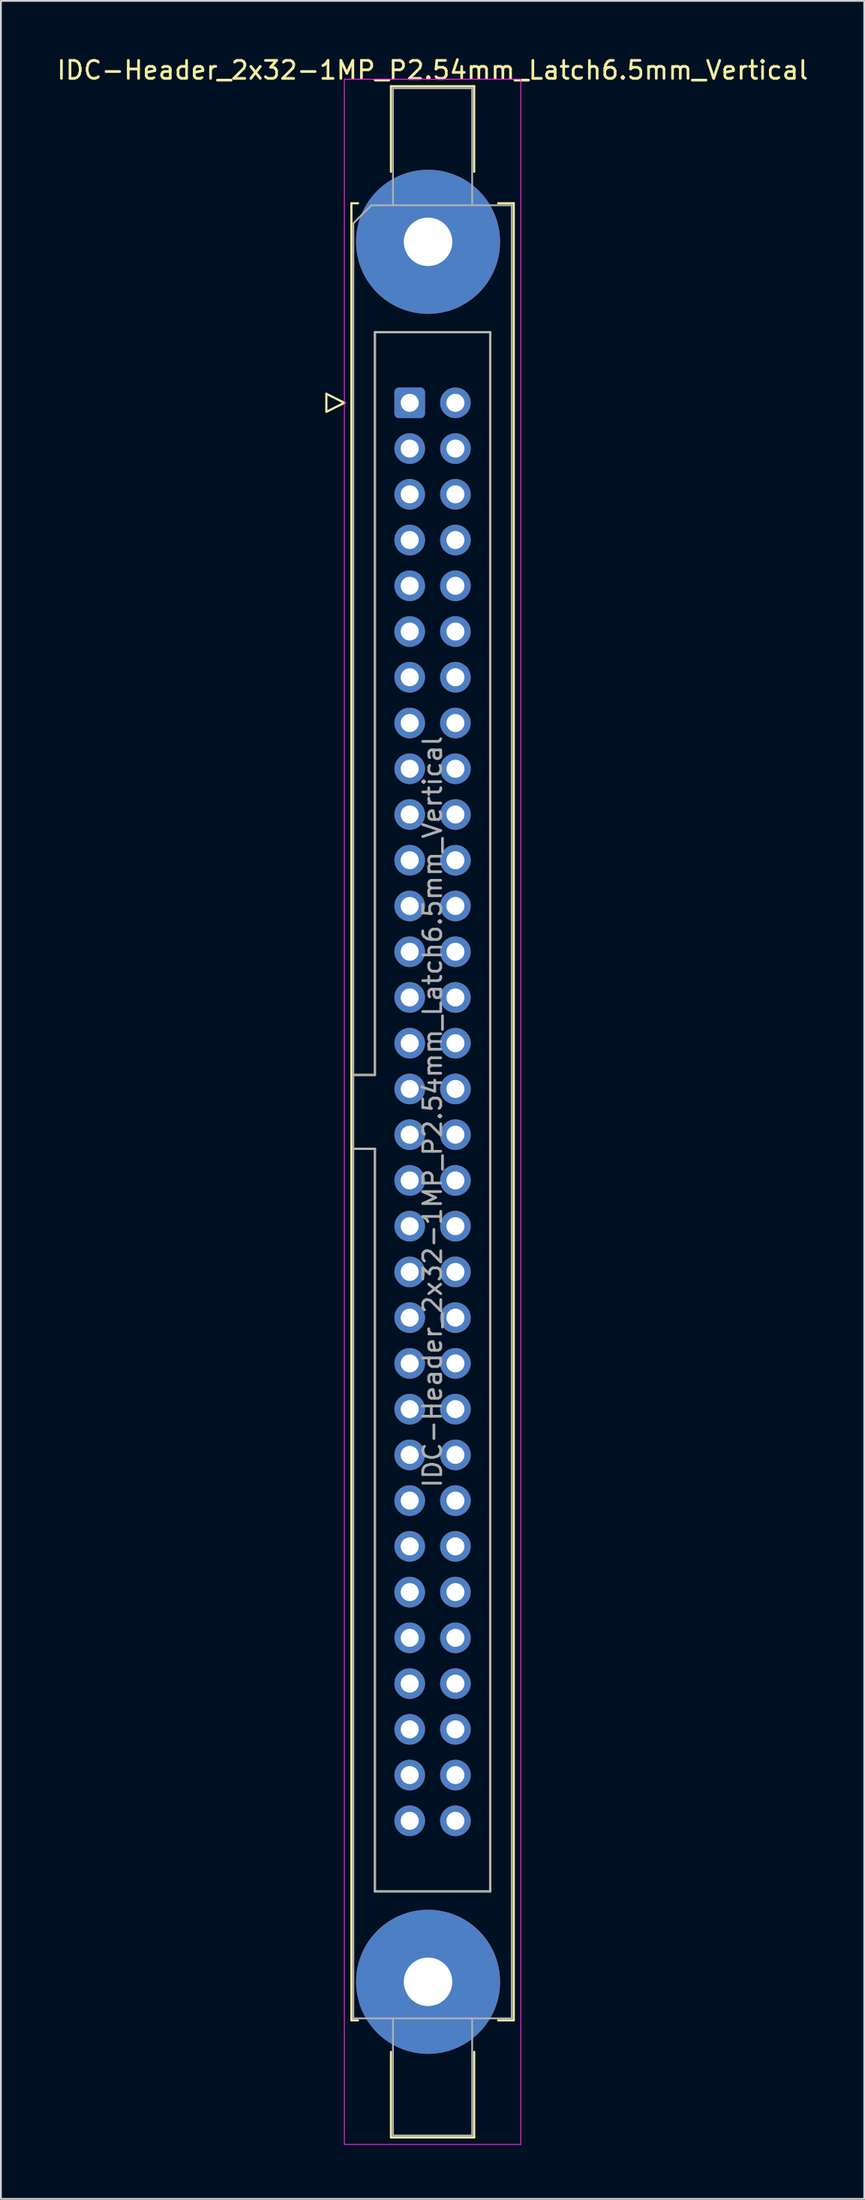
<source format=kicad_pcb>
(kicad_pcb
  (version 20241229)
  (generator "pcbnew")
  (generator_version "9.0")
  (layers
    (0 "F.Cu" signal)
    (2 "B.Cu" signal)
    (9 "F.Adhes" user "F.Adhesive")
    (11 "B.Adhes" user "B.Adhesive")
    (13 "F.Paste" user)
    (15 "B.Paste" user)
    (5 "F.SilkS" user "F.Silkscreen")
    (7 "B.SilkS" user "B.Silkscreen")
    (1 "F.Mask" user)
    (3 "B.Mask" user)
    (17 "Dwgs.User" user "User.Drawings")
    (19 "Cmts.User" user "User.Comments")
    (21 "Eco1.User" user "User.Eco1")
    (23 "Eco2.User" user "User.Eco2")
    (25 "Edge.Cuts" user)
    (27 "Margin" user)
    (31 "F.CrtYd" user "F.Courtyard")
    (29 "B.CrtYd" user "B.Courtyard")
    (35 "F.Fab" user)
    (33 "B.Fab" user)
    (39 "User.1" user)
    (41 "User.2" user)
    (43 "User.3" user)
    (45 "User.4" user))
  (footprint "IDC-Header_2x32-1MP_P2.54mm_Latch6.5mm_Vertical"
    (layer "F.Cu")
    (at 19.712 19.318)
    (property "Reference" "IDC-Header_2x32-1MP_P2.54mm_Latch6.5mm_Vertical" (at 1.27 -18.47 0) (layer "F.SilkS") (effects (font (size 1 1) (thickness 0.15))))
    (attr through_hole)
    (fp_line (start -4.63 -0.5) (end -4.63 0.5) (stroke (width 0.12) (type solid)) (layer "F.SilkS"))
    (fp_line (start -4.63 0.5) (end -3.63 0) (stroke (width 0.12) (type solid)) (layer "F.SilkS"))
    (fp_line (start -3.63 0) (end -4.63 -0.5) (stroke (width 0.12) (type solid)) (layer "F.SilkS"))
    (fp_line (start -3.24 -11.08) (end -3.24 89.82) (stroke (width 0.12) (type solid)) (layer "F.SilkS"))
    (fp_line (start -3.24 37.32) (end -1.93 37.32) (stroke (width 0.12) (type solid)) (layer "F.SilkS"))
    (fp_line (start -3.24 89.82) (end -2.87 89.82) (stroke (width 0.12) (type solid)) (layer "F.SilkS"))
    (fp_line (start -2.87 -11.08) (end -3.24 -11.08) (stroke (width 0.12) (type solid)) (layer "F.SilkS"))
    (fp_line (start -1.93 -3.92) (end 4.47 -3.92) (stroke (width 0.12) (type solid)) (layer "F.SilkS"))
    (fp_line (start -1.93 37.32) (end -1.93 -3.92) (stroke (width 0.12) (type solid)) (layer "F.SilkS"))
    (fp_line (start -1.93 41.42) (end -3.24 41.42) (stroke (width 0.12) (type solid)) (layer "F.SilkS"))
    (fp_line (start -1.93 41.42) (end -1.93 41.42) (stroke (width 0.12) (type solid)) (layer "F.SilkS"))
    (fp_line (start -1.93 82.66) (end -1.93 41.42) (stroke (width 0.12) (type solid)) (layer "F.SilkS"))
    (fp_line (start -1.04 -17.58) (end 3.58 -17.58) (stroke (width 0.12) (type solid)) (layer "F.SilkS"))
    (fp_line (start -1.04 -12.83) (end -1.04 -17.58) (stroke (width 0.12) (type solid)) (layer "F.SilkS"))
    (fp_line (start -1.04 91.57) (end -1.04 96.32) (stroke (width 0.12) (type solid)) (layer "F.SilkS"))
    (fp_line (start -1.04 96.32) (end 3.58 96.32) (stroke (width 0.12) (type solid)) (layer "F.SilkS"))
    (fp_line (start 3.58 -17.58) (end 3.58 -12.83) (stroke (width 0.12) (type solid)) (layer "F.SilkS"))
    (fp_line (start 3.58 96.32) (end 3.58 91.57) (stroke (width 0.12) (type solid)) (layer "F.SilkS"))
    (fp_line (start 4.47 -3.92) (end 4.47 82.66) (stroke (width 0.12) (type solid)) (layer "F.SilkS"))
    (fp_line (start 4.47 82.66) (end -1.93 82.66) (stroke (width 0.12) (type solid)) (layer "F.SilkS"))
    (fp_line (start 4.91 -11.08) (end 5.78 -11.08) (stroke (width 0.12) (type solid)) (layer "F.SilkS"))
    (fp_line (start 5.78 -11.08) (end 5.78 89.82) (stroke (width 0.12) (type solid)) (layer "F.SilkS"))
    (fp_line (start 5.78 89.82) (end 4.91 89.82) (stroke (width 0.12) (type solid)) (layer "F.SilkS"))
    (fp_line (start -3.63 -17.97) (end -3.63 96.71) (stroke (width 0.05) (type solid)) (layer "F.CrtYd"))
    (fp_line (start -3.63 96.71) (end 6.17 96.71) (stroke (width 0.05) (type solid)) (layer "F.CrtYd"))
    (fp_line (start 6.17 -17.97) (end -3.63 -17.97) (stroke (width 0.05) (type solid)) (layer "F.CrtYd"))
    (fp_line (start 6.17 96.71) (end 6.17 -17.97) (stroke (width 0.05) (type solid)) (layer "F.CrtYd"))
    (fp_line (start -3.13 -9.97) (end -2.13 -10.97) (stroke (width 0.1) (type solid)) (layer "F.Fab"))
    (fp_line (start -3.13 37.32) (end -1.93 37.32) (stroke (width 0.1) (type solid)) (layer "F.Fab"))
    (fp_line (start -3.13 89.71) (end -3.13 -9.97) (stroke (width 0.1) (type solid)) (layer "F.Fab"))
    (fp_line (start -2.13 -10.97) (end 5.67 -10.97) (stroke (width 0.1) (type solid)) (layer "F.Fab"))
    (fp_line (start -1.93 -3.92) (end 4.47 -3.92) (stroke (width 0.1) (type solid)) (layer "F.Fab"))
    (fp_line (start -1.93 37.32) (end -1.93 -3.92) (stroke (width 0.1) (type solid)) (layer "F.Fab"))
    (fp_line (start -1.93 41.42) (end -3.13 41.42) (stroke (width 0.1) (type solid)) (layer "F.Fab"))
    (fp_line (start -1.93 41.42) (end -1.93 41.42) (stroke (width 0.1) (type solid)) (layer "F.Fab"))
    (fp_line (start -1.93 82.66) (end -1.93 41.42) (stroke (width 0.1) (type solid)) (layer "F.Fab"))
    (fp_line (start -0.93 -17.47) (end 3.47 -17.47) (stroke (width 0.1) (type solid)) (layer "F.Fab"))
    (fp_line (start -0.93 -10.97) (end -0.93 -17.47) (stroke (width 0.1) (type solid)) (layer "F.Fab"))
    (fp_line (start -0.93 89.71) (end -0.93 96.21) (stroke (width 0.1) (type solid)) (layer "F.Fab"))
    (fp_line (start -0.93 96.21) (end 3.47 96.21) (stroke (width 0.1) (type solid)) (layer "F.Fab"))
    (fp_line (start 3.47 -17.47) (end 3.47 -10.97) (stroke (width 0.1) (type solid)) (layer "F.Fab"))
    (fp_line (start 3.47 96.21) (end 3.47 89.71) (stroke (width 0.1) (type solid)) (layer "F.Fab"))
    (fp_line (start 4.47 -3.92) (end 4.47 82.66) (stroke (width 0.1) (type solid)) (layer "F.Fab"))
    (fp_line (start 4.47 82.66) (end -1.93 82.66) (stroke (width 0.1) (type solid)) (layer "F.Fab"))
    (fp_line (start 5.67 -10.97) (end 5.67 89.71) (stroke (width 0.1) (type solid)) (layer "F.Fab"))
    (fp_line (start 5.67 89.71) (end -3.13 89.71) (stroke (width 0.1) (type solid)) (layer "F.Fab"))
    (fp_text user "${REFERENCE}" (at 1.27 39.37 90) (layer "F.Fab") (effects (font (size 1 1) (thickness 0.15))))
    (pad "1" thru_hole roundrect (at 0 0) (size 1.7 1.7) (drill 1) (layers "*.Cu" "*.Mask") (roundrect_rratio 0.147))
    (pad "2" thru_hole circle (at 2.54 0) (size 1.7 1.7) (drill 1) (layers "*.Cu" "*.Mask"))
    (pad "3" thru_hole circle (at 0 2.54) (size 1.7 1.7) (drill 1) (layers "*.Cu" "*.Mask"))
    (pad "4" thru_hole circle (at 2.54 2.54) (size 1.7 1.7) (drill 1) (layers "*.Cu" "*.Mask"))
    (pad "5" thru_hole circle (at 0 5.08) (size 1.7 1.7) (drill 1) (layers "*.Cu" "*.Mask"))
    (pad "6" thru_hole circle (at 2.54 5.08) (size 1.7 1.7) (drill 1) (layers "*.Cu" "*.Mask"))
    (pad "7" thru_hole circle (at 0 7.62) (size 1.7 1.7) (drill 1) (layers "*.Cu" "*.Mask"))
    (pad "8" thru_hole circle (at 2.54 7.62) (size 1.7 1.7) (drill 1) (layers "*.Cu" "*.Mask"))
    (pad "9" thru_hole circle (at 0 10.16) (size 1.7 1.7) (drill 1) (layers "*.Cu" "*.Mask"))
    (pad "10" thru_hole circle (at 2.54 10.16) (size 1.7 1.7) (drill 1) (layers "*.Cu" "*.Mask"))
    (pad "11" thru_hole circle (at 0 12.7) (size 1.7 1.7) (drill 1) (layers "*.Cu" "*.Mask"))
    (pad "12" thru_hole circle (at 2.54 12.7) (size 1.7 1.7) (drill 1) (layers "*.Cu" "*.Mask"))
    (pad "13" thru_hole circle (at 0 15.24) (size 1.7 1.7) (drill 1) (layers "*.Cu" "*.Mask"))
    (pad "14" thru_hole circle (at 2.54 15.24) (size 1.7 1.7) (drill 1) (layers "*.Cu" "*.Mask"))
    (pad "15" thru_hole circle (at 0 17.78) (size 1.7 1.7) (drill 1) (layers "*.Cu" "*.Mask"))
    (pad "16" thru_hole circle (at 2.54 17.78) (size 1.7 1.7) (drill 1) (layers "*.Cu" "*.Mask"))
    (pad "17" thru_hole circle (at 0 20.32) (size 1.7 1.7) (drill 1) (layers "*.Cu" "*.Mask"))
    (pad "18" thru_hole circle (at 2.54 20.32) (size 1.7 1.7) (drill 1) (layers "*.Cu" "*.Mask"))
    (pad "19" thru_hole circle (at 0 22.86) (size 1.7 1.7) (drill 1) (layers "*.Cu" "*.Mask"))
    (pad "20" thru_hole circle (at 2.54 22.86) (size 1.7 1.7) (drill 1) (layers "*.Cu" "*.Mask"))
    (pad "21" thru_hole circle (at 0 25.4) (size 1.7 1.7) (drill 1) (layers "*.Cu" "*.Mask"))
    (pad "22" thru_hole circle (at 2.54 25.4) (size 1.7 1.7) (drill 1) (layers "*.Cu" "*.Mask"))
    (pad "23" thru_hole circle (at 0 27.94) (size 1.7 1.7) (drill 1) (layers "*.Cu" "*.Mask"))
    (pad "24" thru_hole circle (at 2.54 27.94) (size 1.7 1.7) (drill 1) (layers "*.Cu" "*.Mask"))
    (pad "25" thru_hole circle (at 0 30.48) (size 1.7 1.7) (drill 1) (layers "*.Cu" "*.Mask"))
    (pad "26" thru_hole circle (at 2.54 30.48) (size 1.7 1.7) (drill 1) (layers "*.Cu" "*.Mask"))
    (pad "27" thru_hole circle (at 0 33.02) (size 1.7 1.7) (drill 1) (layers "*.Cu" "*.Mask"))
    (pad "28" thru_hole circle (at 2.54 33.02) (size 1.7 1.7) (drill 1) (layers "*.Cu" "*.Mask"))
    (pad "29" thru_hole circle (at 0 35.56) (size 1.7 1.7) (drill 1) (layers "*.Cu" "*.Mask"))
    (pad "30" thru_hole circle (at 2.54 35.56) (size 1.7 1.7) (drill 1) (layers "*.Cu" "*.Mask"))
    (pad "31" thru_hole circle (at 0 38.1) (size 1.7 1.7) (drill 1) (layers "*.Cu" "*.Mask"))
    (pad "32" thru_hole circle (at 2.54 38.1) (size 1.7 1.7) (drill 1) (layers "*.Cu" "*.Mask"))
    (pad "33" thru_hole circle (at 0 40.64) (size 1.7 1.7) (drill 1) (layers "*.Cu" "*.Mask"))
    (pad "34" thru_hole circle (at 2.54 40.64) (size 1.7 1.7) (drill 1) (layers "*.Cu" "*.Mask"))
    (pad "35" thru_hole circle (at 0 43.18) (size 1.7 1.7) (drill 1) (layers "*.Cu" "*.Mask"))
    (pad "36" thru_hole circle (at 2.54 43.18) (size 1.7 1.7) (drill 1) (layers "*.Cu" "*.Mask"))
    (pad "37" thru_hole circle (at 0 45.72) (size 1.7 1.7) (drill 1) (layers "*.Cu" "*.Mask"))
    (pad "38" thru_hole circle (at 2.54 45.72) (size 1.7 1.7) (drill 1) (layers "*.Cu" "*.Mask"))
    (pad "39" thru_hole circle (at 0 48.26) (size 1.7 1.7) (drill 1) (layers "*.Cu" "*.Mask"))
    (pad "40" thru_hole circle (at 2.54 48.26) (size 1.7 1.7) (drill 1) (layers "*.Cu" "*.Mask"))
    (pad "41" thru_hole circle (at 0 50.8) (size 1.7 1.7) (drill 1) (layers "*.Cu" "*.Mask"))
    (pad "42" thru_hole circle (at 2.54 50.8) (size 1.7 1.7) (drill 1) (layers "*.Cu" "*.Mask"))
    (pad "43" thru_hole circle (at 0 53.34) (size 1.7 1.7) (drill 1) (layers "*.Cu" "*.Mask"))
    (pad "44" thru_hole circle (at 2.54 53.34) (size 1.7 1.7) (drill 1) (layers "*.Cu" "*.Mask"))
    (pad "45" thru_hole circle (at 0 55.88) (size 1.7 1.7) (drill 1) (layers "*.Cu" "*.Mask"))
    (pad "46" thru_hole circle (at 2.54 55.88) (size 1.7 1.7) (drill 1) (layers "*.Cu" "*.Mask"))
    (pad "47" thru_hole circle (at 0 58.42) (size 1.7 1.7) (drill 1) (layers "*.Cu" "*.Mask"))
    (pad "48" thru_hole circle (at 2.54 58.42) (size 1.7 1.7) (drill 1) (layers "*.Cu" "*.Mask"))
    (pad "49" thru_hole circle (at 0 60.96) (size 1.7 1.7) (drill 1) (layers "*.Cu" "*.Mask"))
    (pad "50" thru_hole circle (at 2.54 60.96) (size 1.7 1.7) (drill 1) (layers "*.Cu" "*.Mask"))
    (pad "51" thru_hole circle (at 0 63.5) (size 1.7 1.7) (drill 1) (layers "*.Cu" "*.Mask"))
    (pad "52" thru_hole circle (at 2.54 63.5) (size 1.7 1.7) (drill 1) (layers "*.Cu" "*.Mask"))
    (pad "53" thru_hole circle (at 0 66.04) (size 1.7 1.7) (drill 1) (layers "*.Cu" "*.Mask"))
    (pad "54" thru_hole circle (at 2.54 66.04) (size 1.7 1.7) (drill 1) (layers "*.Cu" "*.Mask"))
    (pad "55" thru_hole circle (at 0 68.58) (size 1.7 1.7) (drill 1) (layers "*.Cu" "*.Mask"))
    (pad "56" thru_hole circle (at 2.54 68.58) (size 1.7 1.7) (drill 1) (layers "*.Cu" "*.Mask"))
    (pad "57" thru_hole circle (at 0 71.12) (size 1.7 1.7) (drill 1) (layers "*.Cu" "*.Mask"))
    (pad "58" thru_hole circle (at 2.54 71.12) (size 1.7 1.7) (drill 1) (layers "*.Cu" "*.Mask"))
    (pad "59" thru_hole circle (at 0 73.66) (size 1.7 1.7) (drill 1) (layers "*.Cu" "*.Mask"))
    (pad "60" thru_hole circle (at 2.54 73.66) (size 1.7 1.7) (drill 1) (layers "*.Cu" "*.Mask"))
    (pad "61" thru_hole circle (at 0 76.2) (size 1.7 1.7) (drill 1) (layers "*.Cu" "*.Mask"))
    (pad "62" thru_hole circle (at 2.54 76.2) (size 1.7 1.7) (drill 1) (layers "*.Cu" "*.Mask"))
    (pad "63" thru_hole circle (at 0 78.74) (size 1.7 1.7) (drill 1) (layers "*.Cu" "*.Mask"))
    (pad "64" thru_hole circle (at 2.54 78.74) (size 1.7 1.7) (drill 1) (layers "*.Cu" "*.Mask"))
    (pad "MP" thru_hole circle (at 1.02 -8.94) (size 8 8) (drill 2.69) (layers "*.Cu" "*.Mask"))
    (pad "MP" thru_hole circle (at 1.02 87.68) (size 8 8) (drill 2.69) (layers "*.Cu" "*.Mask")))
  (gr_rect
    (start -3 -3)
    (end 44.964 119.053)
    (stroke (width 0.1) (type default))
    (fill no)
    (layer "Edge.Cuts")))
</source>
